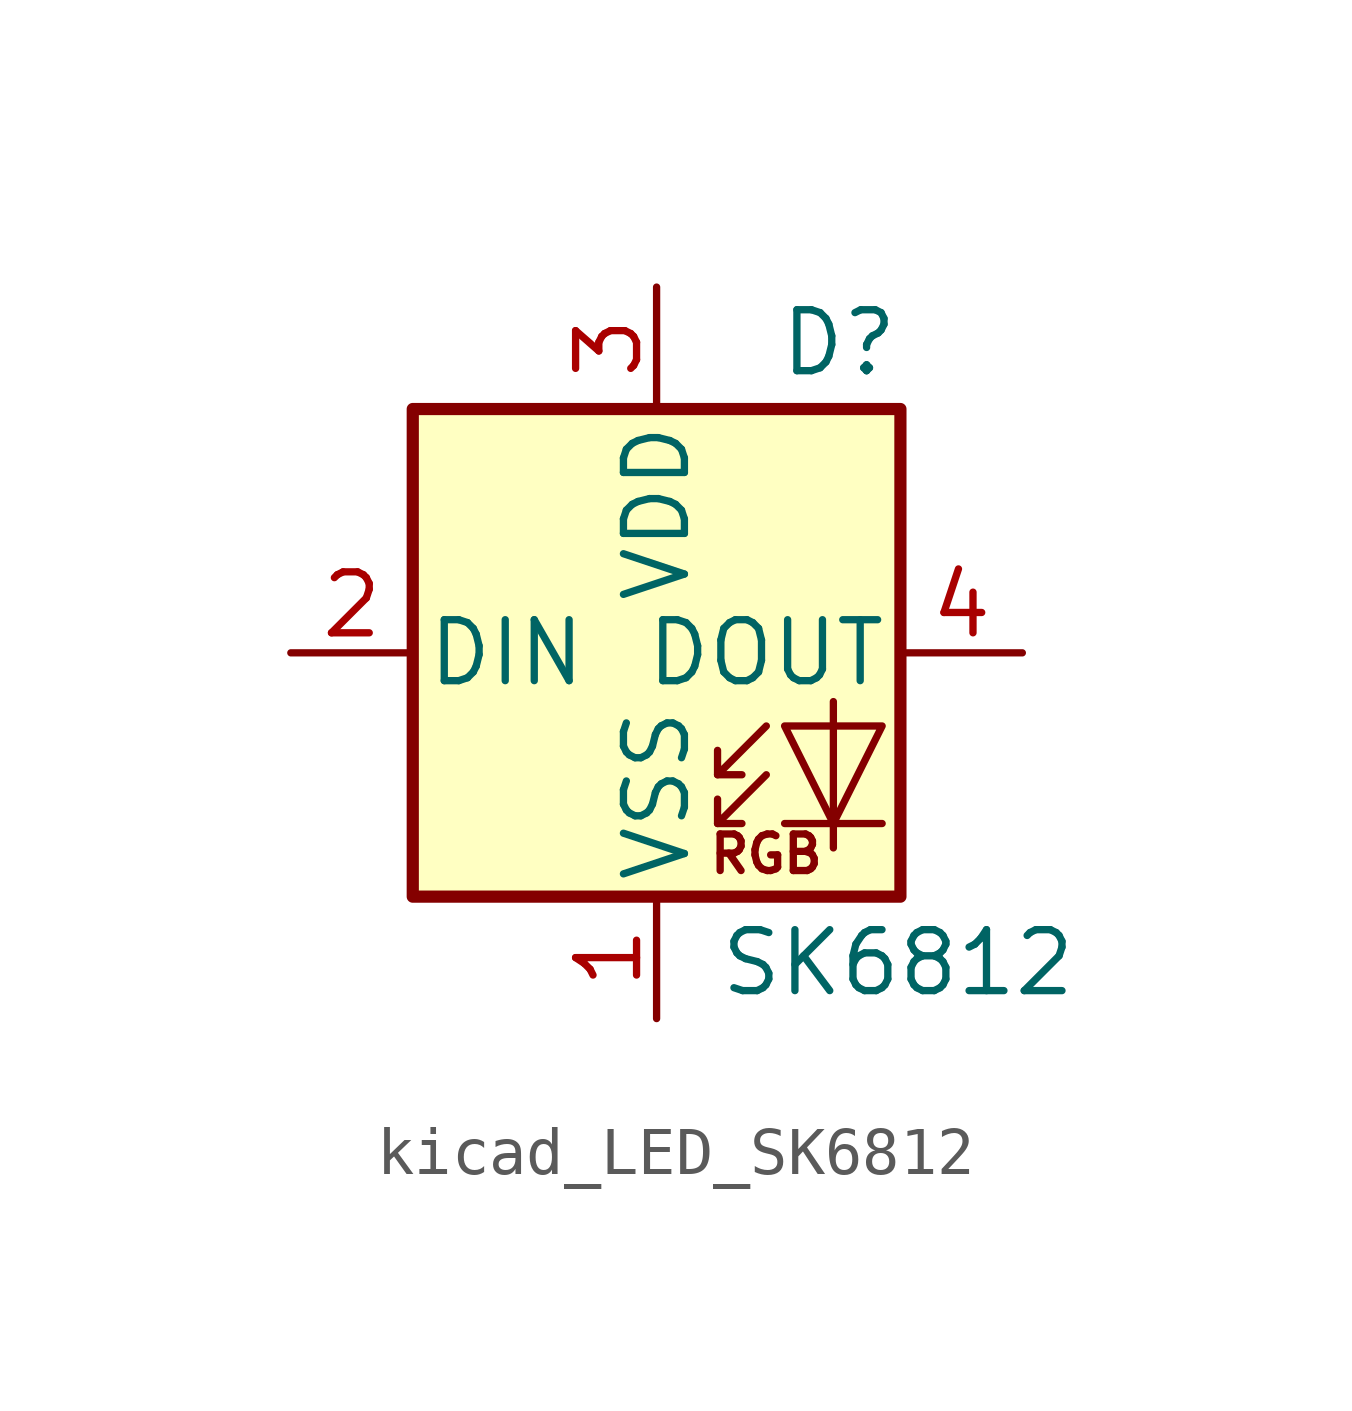
<source format=kicad_sym>
(kicad_symbol_lib
  (version 20220914)
  (generator kicad_symbol_editor)
  (symbol "kicad_LED_SK6812"
    (pin_names
      (offset 0.254))
    (property "Reference" "D"
      (at 5.08 5.715 0)
      (effects (font (size 1.27 1.27)) (justify right bottom)))
    (property "Value" "SK6812"
      (at 1.27 -5.715 0)
      (effects (font (size 1.27 1.27)) (justify left top)))
    (symbol "kicad_LED_SK6812_0_0"
      (text "RGB" (at 2.286 -4.191 0) (effects (font (size 0.762 0.762)))))
    (symbol "kicad_LED_SK6812_0_1"
      (polyline (pts (xy 1.27 -3.556) (xy 1.778 -3.556)) (stroke (width 0) (type default)) (fill (type none)))
      (polyline (pts (xy 1.27 -2.54) (xy 1.778 -2.54)) (stroke (width 0) (type default)) (fill (type none)))
      (polyline (pts (xy 4.699 -3.556) (xy 2.667 -3.556)) (stroke (width 0) (type default)) (fill (type none)))
      (polyline (pts (xy 2.286 -2.54) (xy 1.27 -3.556) (xy 1.27 -3.048)) (stroke (width 0) (type default)) (fill (type none)))
      (polyline (pts (xy 2.286 -1.524) (xy 1.27 -2.54) (xy 1.27 -2.032)) (stroke (width 0) (type default)) (fill (type none)))
      (polyline (pts (xy 3.683 -1.016) (xy 3.683 -3.556) (xy 3.683 -4.064)) (stroke (width 0) (type default)) (fill (type none)))
      (polyline (pts (xy 4.699 -1.524) (xy 2.667 -1.524) (xy 3.683 -3.556) (xy 4.699 -1.524)) (stroke (width 0) (type default)) (fill (type none)))
      (rectangle (start 5.08 5.08) (end -5.08 -5.08) (stroke (width 0.254) (type default)) (fill (type background))))
    (symbol "kicad_LED_SK6812_1_1"
      (pin power_in line (at 0 -7.62 90) (length 2.54) (name "VSS" (effects (font (size 1.27 1.27)))) (number "1" (effects (font (size 1.27 1.27)))))
      (pin input line (at -7.62 0 0) (length 2.54) (name "DIN" (effects (font (size 1.27 1.27)))) (number "2" (effects (font (size 1.27 1.27)))))
      (pin power_in line (at 0 7.62 270) (length 2.54) (name "VDD" (effects (font (size 1.27 1.27)))) (number "3" (effects (font (size 1.27 1.27)))))
      (pin output line (at 7.62 0 180) (length 2.54) (name "DOUT" (effects (font (size 1.27 1.27)))) (number "4" (effects (font (size 1.27 1.27))))))))
</source>
